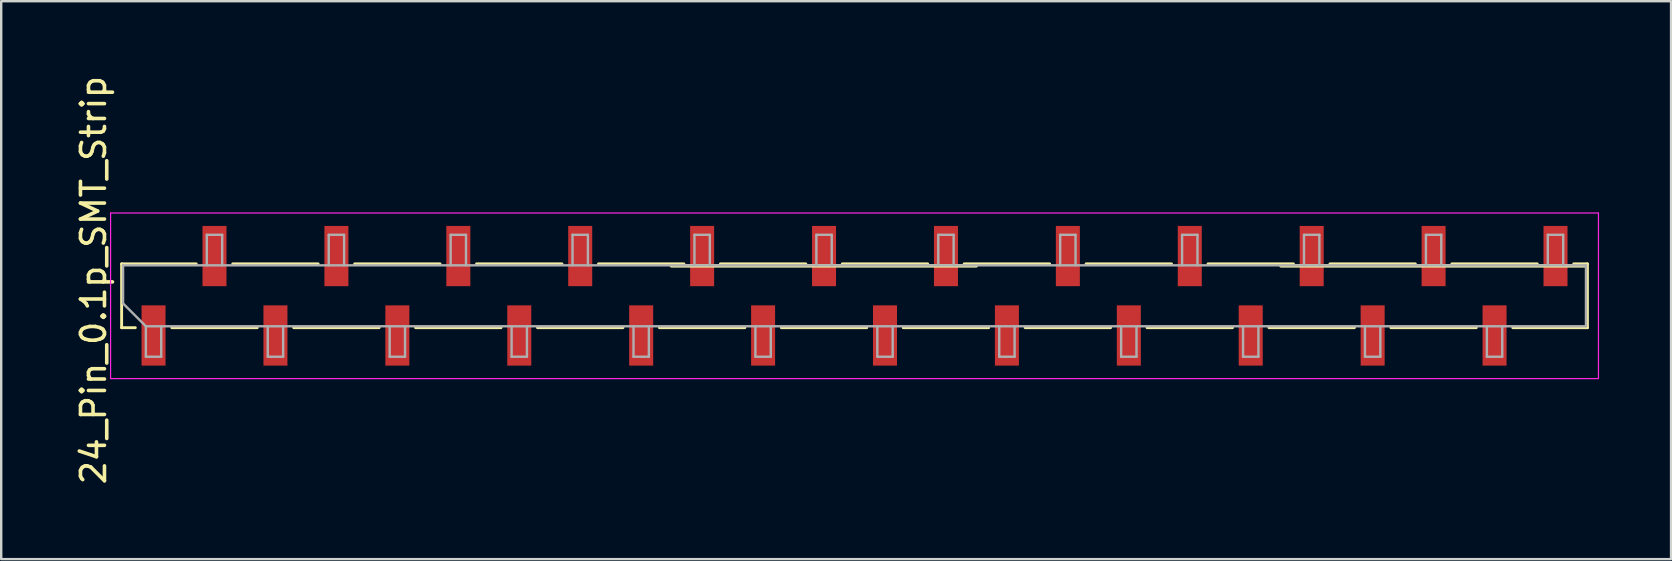
<source format=kicad_pcb>
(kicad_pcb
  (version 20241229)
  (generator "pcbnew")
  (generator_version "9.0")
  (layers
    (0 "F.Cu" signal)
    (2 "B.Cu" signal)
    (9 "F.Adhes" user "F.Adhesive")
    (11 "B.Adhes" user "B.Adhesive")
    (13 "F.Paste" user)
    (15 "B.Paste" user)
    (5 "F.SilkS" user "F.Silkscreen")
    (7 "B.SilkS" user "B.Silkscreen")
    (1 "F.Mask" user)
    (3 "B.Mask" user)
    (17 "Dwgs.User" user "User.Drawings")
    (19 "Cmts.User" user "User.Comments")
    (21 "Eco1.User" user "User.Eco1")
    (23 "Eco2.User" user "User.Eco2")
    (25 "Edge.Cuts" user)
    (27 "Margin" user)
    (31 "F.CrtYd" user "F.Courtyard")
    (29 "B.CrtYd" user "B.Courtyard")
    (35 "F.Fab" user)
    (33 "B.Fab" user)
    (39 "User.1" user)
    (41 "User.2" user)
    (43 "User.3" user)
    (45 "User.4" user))
  (footprint "24_Pin_0.1p_SMT_Strip"
    (layer "F.Cu")
    (at 32.548 9.175)
    (property "Reference" "24_Pin_0.1p_SMT_Strip" (at -31.7 -0.55 90) (layer "F.SilkS") (effects (font (size 1 1) (thickness 0.15))))
    (attr through_hole)
    (fp_line (start -30.53 -1.23) (end -27.42 -1.23) (stroke (width 0.12) (type solid)) (layer "F.SilkS"))
    (fp_line (start -30.53 1.43) (end -30.53 -1.23) (stroke (width 0.12) (type solid)) (layer "F.SilkS"))
    (fp_line (start -30.53 1.43) (end -29.96 1.43) (stroke (width 0.12) (type solid)) (layer "F.SilkS"))
    (fp_line (start -28.44 1.43) (end -24.88 1.43) (stroke (width 0.12) (type solid)) (layer "F.SilkS"))
    (fp_line (start -25.9 -1.23) (end -22.34 -1.23) (stroke (width 0.12) (type solid)) (layer "F.SilkS"))
    (fp_line (start -23.36 1.43) (end -19.8 1.43) (stroke (width 0.12) (type solid)) (layer "F.SilkS"))
    (fp_line (start -20.82 -1.23) (end -17.26 -1.23) (stroke (width 0.12) (type solid)) (layer "F.SilkS"))
    (fp_line (start -18.28 1.43) (end -14.72 1.43) (stroke (width 0.12) (type solid)) (layer "F.SilkS"))
    (fp_line (start -15.74 -1.23) (end -12.18 -1.23) (stroke (width 0.12) (type solid)) (layer "F.SilkS"))
    (fp_line (start -13.2 1.43) (end -9.64 1.43) (stroke (width 0.12) (type solid)) (layer "F.SilkS"))
    (fp_line (start -10.66 -1.23) (end -7.1 -1.23) (stroke (width 0.12) (type solid)) (layer "F.SilkS"))
    (fp_line (start -8.12 1.43) (end -4.56 1.43) (stroke (width 0.12) (type solid)) (layer "F.SilkS"))
    (fp_line (start -7.62 -1.15) (end 5.08 -1.15) (stroke (width 0.15) (type solid)) (layer "F.SilkS"))
    (fp_line (start -5.58 -1.23) (end -2.02 -1.23) (stroke (width 0.12) (type solid)) (layer "F.SilkS"))
    (fp_line (start -3.04 1.43) (end 0.52 1.43) (stroke (width 0.12) (type solid)) (layer "F.SilkS"))
    (fp_line (start -0.5 -1.23) (end 3.06 -1.23) (stroke (width 0.12) (type solid)) (layer "F.SilkS"))
    (fp_line (start 2.04 1.43) (end 5.6 1.43) (stroke (width 0.12) (type solid)) (layer "F.SilkS"))
    (fp_line (start 4.58 -1.23) (end 8.14 -1.23) (stroke (width 0.12) (type solid)) (layer "F.SilkS"))
    (fp_line (start 7.12 1.43) (end 10.68 1.43) (stroke (width 0.12) (type solid)) (layer "F.SilkS"))
    (fp_line (start 9.66 -1.23) (end 13.22 -1.23) (stroke (width 0.12) (type solid)) (layer "F.SilkS"))
    (fp_line (start 12.2 1.43) (end 15.76 1.43) (stroke (width 0.12) (type solid)) (layer "F.SilkS"))
    (fp_line (start 14.74 -1.23) (end 18.3 -1.23) (stroke (width 0.12) (type solid)) (layer "F.SilkS"))
    (fp_line (start 17.28 1.43) (end 20.84 1.43) (stroke (width 0.12) (type solid)) (layer "F.SilkS"))
    (fp_line (start 17.78 -1.15) (end 30.48 -1.15) (stroke (width 0.15) (type solid)) (layer "F.SilkS"))
    (fp_line (start 19.82 -1.23) (end 23.38 -1.23) (stroke (width 0.12) (type solid)) (layer "F.SilkS"))
    (fp_line (start 22.36 1.43) (end 25.92 1.43) (stroke (width 0.12) (type solid)) (layer "F.SilkS"))
    (fp_line (start 24.9 -1.23) (end 28.46 -1.23) (stroke (width 0.12) (type solid)) (layer "F.SilkS"))
    (fp_line (start 27.44 1.43) (end 30.55 1.43) (stroke (width 0.12) (type solid)) (layer "F.SilkS"))
    (fp_line (start 29.98 -1.23) (end 30.55 -1.23) (stroke (width 0.12) (type solid)) (layer "F.SilkS"))
    (fp_line (start 30.55 1.43) (end 30.55 -1.23) (stroke (width 0.12) (type solid)) (layer "F.SilkS"))
    (fp_line (start -30.99 -3.35) (end -30.99 3.55) (stroke (width 0.05) (type solid)) (layer "F.CrtYd"))
    (fp_line (start -30.99 3.55) (end 31.01 3.55) (stroke (width 0.05) (type solid)) (layer "F.CrtYd"))
    (fp_line (start 31.01 -3.35) (end -30.99 -3.35) (stroke (width 0.05) (type solid)) (layer "F.CrtYd"))
    (fp_line (start 31.01 3.55) (end 31.01 -3.35) (stroke (width 0.05) (type solid)) (layer "F.CrtYd"))
    (fp_line (start -30.47 -1.17) (end 30.49 -1.17) (stroke (width 0.1) (type solid)) (layer "F.Fab"))
    (fp_line (start -30.47 0.42) (end -30.47 -1.17) (stroke (width 0.1) (type solid)) (layer "F.Fab"))
    (fp_line (start -29.52 1.37) (end -30.47 0.42) (stroke (width 0.1) (type solid)) (layer "F.Fab"))
    (fp_line (start -29.52 1.37) (end -29.52 2.64) (stroke (width 0.1) (type solid)) (layer "F.Fab"))
    (fp_line (start -29.52 2.64) (end -28.88 2.64) (stroke (width 0.1) (type solid)) (layer "F.Fab"))
    (fp_line (start -28.88 2.64) (end -28.88 1.37) (stroke (width 0.1) (type solid)) (layer "F.Fab"))
    (fp_line (start -26.98 -2.44) (end -26.34 -2.44) (stroke (width 0.1) (type solid)) (layer "F.Fab"))
    (fp_line (start -26.98 -1.17) (end -26.98 -2.44) (stroke (width 0.1) (type solid)) (layer "F.Fab"))
    (fp_line (start -26.34 -2.44) (end -26.34 -1.17) (stroke (width 0.1) (type solid)) (layer "F.Fab"))
    (fp_line (start -24.44 1.37) (end -24.44 2.64) (stroke (width 0.1) (type solid)) (layer "F.Fab"))
    (fp_line (start -24.44 2.64) (end -23.8 2.64) (stroke (width 0.1) (type solid)) (layer "F.Fab"))
    (fp_line (start -23.8 2.64) (end -23.8 1.37) (stroke (width 0.1) (type solid)) (layer "F.Fab"))
    (fp_line (start -21.9 -2.44) (end -21.26 -2.44) (stroke (width 0.1) (type solid)) (layer "F.Fab"))
    (fp_line (start -21.9 -1.17) (end -21.9 -2.44) (stroke (width 0.1) (type solid)) (layer "F.Fab"))
    (fp_line (start -21.26 -2.44) (end -21.26 -1.17) (stroke (width 0.1) (type solid)) (layer "F.Fab"))
    (fp_line (start -19.36 1.37) (end -19.36 2.64) (stroke (width 0.1) (type solid)) (layer "F.Fab"))
    (fp_line (start -19.36 2.64) (end -18.72 2.64) (stroke (width 0.1) (type solid)) (layer "F.Fab"))
    (fp_line (start -18.72 2.64) (end -18.72 1.37) (stroke (width 0.1) (type solid)) (layer "F.Fab"))
    (fp_line (start -16.82 -2.44) (end -16.18 -2.44) (stroke (width 0.1) (type solid)) (layer "F.Fab"))
    (fp_line (start -16.82 -1.17) (end -16.82 -2.44) (stroke (width 0.1) (type solid)) (layer "F.Fab"))
    (fp_line (start -16.18 -2.44) (end -16.18 -1.17) (stroke (width 0.1) (type solid)) (layer "F.Fab"))
    (fp_line (start -14.28 1.37) (end -14.28 2.64) (stroke (width 0.1) (type solid)) (layer "F.Fab"))
    (fp_line (start -14.28 2.64) (end -13.64 2.64) (stroke (width 0.1) (type solid)) (layer "F.Fab"))
    (fp_line (start -13.64 2.64) (end -13.64 1.37) (stroke (width 0.1) (type solid)) (layer "F.Fab"))
    (fp_line (start -11.74 -2.44) (end -11.1 -2.44) (stroke (width 0.1) (type solid)) (layer "F.Fab"))
    (fp_line (start -11.74 -1.17) (end -11.74 -2.44) (stroke (width 0.1) (type solid)) (layer "F.Fab"))
    (fp_line (start -11.1 -2.44) (end -11.1 -1.17) (stroke (width 0.1) (type solid)) (layer "F.Fab"))
    (fp_line (start -9.2 1.37) (end -9.2 2.64) (stroke (width 0.1) (type solid)) (layer "F.Fab"))
    (fp_line (start -9.2 2.64) (end -8.56 2.64) (stroke (width 0.1) (type solid)) (layer "F.Fab"))
    (fp_line (start -8.56 2.64) (end -8.56 1.37) (stroke (width 0.1) (type solid)) (layer "F.Fab"))
    (fp_line (start -6.66 -2.44) (end -6.02 -2.44) (stroke (width 0.1) (type solid)) (layer "F.Fab"))
    (fp_line (start -6.66 -1.17) (end -6.66 -2.44) (stroke (width 0.1) (type solid)) (layer "F.Fab"))
    (fp_line (start -6.02 -2.44) (end -6.02 -1.17) (stroke (width 0.1) (type solid)) (layer "F.Fab"))
    (fp_line (start -4.12 1.37) (end -4.12 2.64) (stroke (width 0.1) (type solid)) (layer "F.Fab"))
    (fp_line (start -4.12 2.64) (end -3.48 2.64) (stroke (width 0.1) (type solid)) (layer "F.Fab"))
    (fp_line (start -3.48 2.64) (end -3.48 1.37) (stroke (width 0.1) (type solid)) (layer "F.Fab"))
    (fp_line (start -1.58 -2.44) (end -0.94 -2.44) (stroke (width 0.1) (type solid)) (layer "F.Fab"))
    (fp_line (start -1.58 -1.17) (end -1.58 -2.44) (stroke (width 0.1) (type solid)) (layer "F.Fab"))
    (fp_line (start -0.94 -2.44) (end -0.94 -1.17) (stroke (width 0.1) (type solid)) (layer "F.Fab"))
    (fp_line (start 0.96 1.37) (end 0.96 2.64) (stroke (width 0.1) (type solid)) (layer "F.Fab"))
    (fp_line (start 0.96 2.64) (end 1.6 2.64) (stroke (width 0.1) (type solid)) (layer "F.Fab"))
    (fp_line (start 1.6 2.64) (end 1.6 1.37) (stroke (width 0.1) (type solid)) (layer "F.Fab"))
    (fp_line (start 3.5 -2.44) (end 4.14 -2.44) (stroke (width 0.1) (type solid)) (layer "F.Fab"))
    (fp_line (start 3.5 -1.17) (end 3.5 -2.44) (stroke (width 0.1) (type solid)) (layer "F.Fab"))
    (fp_line (start 4.14 -2.44) (end 4.14 -1.17) (stroke (width 0.1) (type solid)) (layer "F.Fab"))
    (fp_line (start 6.04 1.37) (end 6.04 2.64) (stroke (width 0.1) (type solid)) (layer "F.Fab"))
    (fp_line (start 6.04 2.64) (end 6.68 2.64) (stroke (width 0.1) (type solid)) (layer "F.Fab"))
    (fp_line (start 6.68 2.64) (end 6.68 1.37) (stroke (width 0.1) (type solid)) (layer "F.Fab"))
    (fp_line (start 8.58 -2.44) (end 9.22 -2.44) (stroke (width 0.1) (type solid)) (layer "F.Fab"))
    (fp_line (start 8.58 -1.17) (end 8.58 -2.44) (stroke (width 0.1) (type solid)) (layer "F.Fab"))
    (fp_line (start 9.22 -2.44) (end 9.22 -1.17) (stroke (width 0.1) (type solid)) (layer "F.Fab"))
    (fp_line (start 11.12 1.37) (end 11.12 2.64) (stroke (width 0.1) (type solid)) (layer "F.Fab"))
    (fp_line (start 11.12 2.64) (end 11.76 2.64) (stroke (width 0.1) (type solid)) (layer "F.Fab"))
    (fp_line (start 11.76 2.64) (end 11.76 1.37) (stroke (width 0.1) (type solid)) (layer "F.Fab"))
    (fp_line (start 13.66 -2.44) (end 14.3 -2.44) (stroke (width 0.1) (type solid)) (layer "F.Fab"))
    (fp_line (start 13.66 -1.17) (end 13.66 -2.44) (stroke (width 0.1) (type solid)) (layer "F.Fab"))
    (fp_line (start 14.3 -2.44) (end 14.3 -1.17) (stroke (width 0.1) (type solid)) (layer "F.Fab"))
    (fp_line (start 16.2 1.37) (end 16.2 2.64) (stroke (width 0.1) (type solid)) (layer "F.Fab"))
    (fp_line (start 16.2 2.64) (end 16.84 2.64) (stroke (width 0.1) (type solid)) (layer "F.Fab"))
    (fp_line (start 16.84 2.64) (end 16.84 1.37) (stroke (width 0.1) (type solid)) (layer "F.Fab"))
    (fp_line (start 18.74 -2.44) (end 19.38 -2.44) (stroke (width 0.1) (type solid)) (layer "F.Fab"))
    (fp_line (start 18.74 -1.17) (end 18.74 -2.44) (stroke (width 0.1) (type solid)) (layer "F.Fab"))
    (fp_line (start 19.38 -2.44) (end 19.38 -1.17) (stroke (width 0.1) (type solid)) (layer "F.Fab"))
    (fp_line (start 21.28 1.37) (end 21.28 2.64) (stroke (width 0.1) (type solid)) (layer "F.Fab"))
    (fp_line (start 21.28 2.64) (end 21.92 2.64) (stroke (width 0.1) (type solid)) (layer "F.Fab"))
    (fp_line (start 21.92 2.64) (end 21.92 1.37) (stroke (width 0.1) (type solid)) (layer "F.Fab"))
    (fp_line (start 23.82 -2.44) (end 24.46 -2.44) (stroke (width 0.1) (type solid)) (layer "F.Fab"))
    (fp_line (start 23.82 -1.17) (end 23.82 -2.44) (stroke (width 0.1) (type solid)) (layer "F.Fab"))
    (fp_line (start 24.46 -2.44) (end 24.46 -1.17) (stroke (width 0.1) (type solid)) (layer "F.Fab"))
    (fp_line (start 26.36 1.37) (end 26.36 2.64) (stroke (width 0.1) (type solid)) (layer "F.Fab"))
    (fp_line (start 26.36 2.64) (end 27 2.64) (stroke (width 0.1) (type solid)) (layer "F.Fab"))
    (fp_line (start 27 2.64) (end 27 1.37) (stroke (width 0.1) (type solid)) (layer "F.Fab"))
    (fp_line (start 28.9 -2.44) (end 29.54 -2.44) (stroke (width 0.1) (type solid)) (layer "F.Fab"))
    (fp_line (start 28.9 -1.17) (end 28.9 -2.44) (stroke (width 0.1) (type solid)) (layer "F.Fab"))
    (fp_line (start 29.54 -2.44) (end 29.54 -1.17) (stroke (width 0.1) (type solid)) (layer "F.Fab"))
    (fp_line (start 30.49 -1.17) (end 30.49 1.37) (stroke (width 0.1) (type solid)) (layer "F.Fab"))
    (fp_line (start 30.49 1.37) (end -29.52 1.37) (stroke (width 0.1) (type solid)) (layer "F.Fab"))
    (pad "1" smd rect (at -29.2 1.755 90) (size 2.51 1) (layers "F.Cu" "F.Mask" "F.Paste"))
    (pad "2" smd rect (at -26.66 -1.555 90) (size 2.51 1) (layers "F.Cu" "F.Mask" "F.Paste"))
    (pad "3" smd rect (at -24.12 1.755 90) (size 2.51 1) (layers "F.Cu" "F.Mask" "F.Paste"))
    (pad "4" smd rect (at -21.58 -1.555 90) (size 2.51 1) (layers "F.Cu" "F.Mask" "F.Paste"))
    (pad "5" smd rect (at -19.04 1.755 90) (size 2.51 1) (layers "F.Cu" "F.Mask" "F.Paste"))
    (pad "6" smd rect (at -16.5 -1.555 90) (size 2.51 1) (layers "F.Cu" "F.Mask" "F.Paste"))
    (pad "7" smd rect (at -13.96 1.755 90) (size 2.51 1) (layers "F.Cu" "F.Mask" "F.Paste"))
    (pad "8" smd rect (at -11.42 -1.555 90) (size 2.51 1) (layers "F.Cu" "F.Mask" "F.Paste"))
    (pad "9" smd rect (at -8.88 1.755 90) (size 2.51 1) (layers "F.Cu" "F.Mask" "F.Paste"))
    (pad "10" smd rect (at -6.34 -1.555 90) (size 2.51 1) (layers "F.Cu" "F.Mask" "F.Paste"))
    (pad "11" smd rect (at -3.8 1.755 90) (size 2.51 1) (layers "F.Cu" "F.Mask" "F.Paste"))
    (pad "12" smd rect (at -1.26 -1.555 90) (size 2.51 1) (layers "F.Cu" "F.Mask" "F.Paste"))
    (pad "13" smd rect (at 1.28 1.755 90) (size 2.51 1) (layers "F.Cu" "F.Mask" "F.Paste"))
    (pad "14" smd rect (at 3.82 -1.555 90) (size 2.51 1) (layers "F.Cu" "F.Mask" "F.Paste"))
    (pad "15" smd rect (at 6.36 1.755 90) (size 2.51 1) (layers "F.Cu" "F.Mask" "F.Paste"))
    (pad "16" smd rect (at 8.9 -1.555 90) (size 2.51 1) (layers "F.Cu" "F.Mask" "F.Paste"))
    (pad "17" smd rect (at 11.44 1.755 90) (size 2.51 1) (layers "F.Cu" "F.Mask" "F.Paste"))
    (pad "18" smd rect (at 13.98 -1.555 90) (size 2.51 1) (layers "F.Cu" "F.Mask" "F.Paste"))
    (pad "19" smd rect (at 16.52 1.755 90) (size 2.51 1) (layers "F.Cu" "F.Mask" "F.Paste"))
    (pad "20" smd rect (at 19.06 -1.555 90) (size 2.51 1) (layers "F.Cu" "F.Mask" "F.Paste"))
    (pad "21" smd rect (at 21.6 1.755 90) (size 2.51 1) (layers "F.Cu" "F.Mask" "F.Paste"))
    (pad "22" smd rect (at 24.14 -1.555 90) (size 2.51 1) (layers "F.Cu" "F.Mask" "F.Paste"))
    (pad "23" smd rect (at 26.68 1.755 90) (size 2.51 1) (layers "F.Cu" "F.Mask" "F.Paste"))
    (pad "24" smd rect (at 29.22 -1.555 90) (size 2.51 1) (layers "F.Cu" "F.Mask" "F.Paste")))
  (gr_rect
    (start -3 -3)
    (end 66.583 20.25)
    (stroke (width 0.1) (type default))
    (fill no)
    (layer "Edge.Cuts")))
</source>
